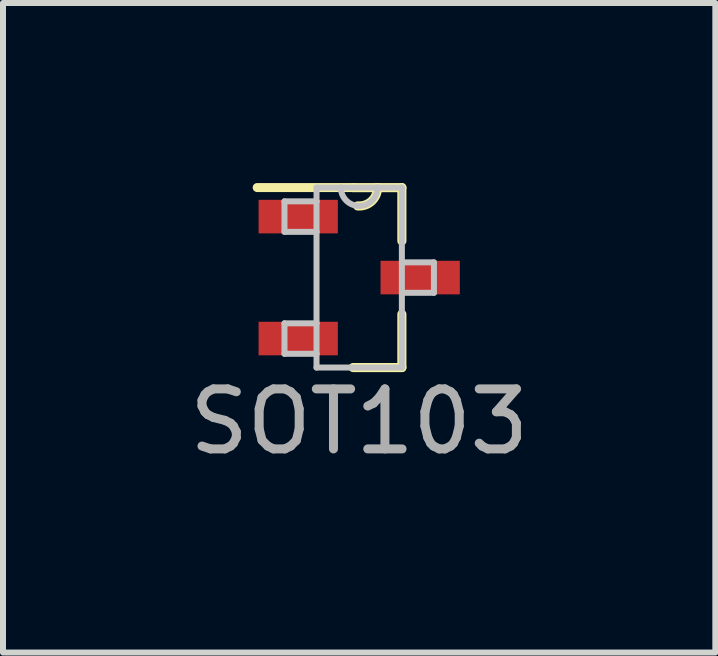
<source format=kicad_pcb>
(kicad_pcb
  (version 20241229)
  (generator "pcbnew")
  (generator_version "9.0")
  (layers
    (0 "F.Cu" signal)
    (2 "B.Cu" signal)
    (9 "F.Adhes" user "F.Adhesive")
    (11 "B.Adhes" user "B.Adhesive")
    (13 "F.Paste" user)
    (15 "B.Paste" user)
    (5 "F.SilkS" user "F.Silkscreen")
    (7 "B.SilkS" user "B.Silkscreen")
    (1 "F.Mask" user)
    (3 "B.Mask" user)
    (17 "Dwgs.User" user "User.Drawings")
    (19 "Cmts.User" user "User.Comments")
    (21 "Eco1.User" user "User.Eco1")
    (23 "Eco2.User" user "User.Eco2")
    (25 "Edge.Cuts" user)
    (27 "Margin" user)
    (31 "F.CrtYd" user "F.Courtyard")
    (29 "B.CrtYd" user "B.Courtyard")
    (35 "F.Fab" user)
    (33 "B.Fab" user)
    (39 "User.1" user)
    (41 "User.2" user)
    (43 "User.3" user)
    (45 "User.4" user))
  (footprint "SOT103"
    (layer "F.Cu")
    (at 2.935 1.575)
    (property "Reference" "SOT103" (at 0 2.4 0) (layer "F.Fab") (effects (font (size 1 1) (thickness 0.15))))
    (attr smd)
    (fp_line (start -0.102 1.499) (end 0.711 1.499) (stroke (width 0.152) (type solid)) (layer "F.SilkS"))
    (fp_line (start -0.1 -1.5) (end -1.7 -1.5) (stroke (width 0.15) (type solid)) (layer "F.SilkS"))
    (fp_line (start 0.305 -1.499) (end -0.102 -1.499) (stroke (width 0.152) (type solid)) (layer "F.SilkS"))
    (fp_line (start 0.711 -1.499) (end 0.305 -1.499) (stroke (width 0.152) (type solid)) (layer "F.SilkS"))
    (fp_line (start 0.711 -0.61) (end 0.711 -1.499) (stroke (width 0.152) (type solid)) (layer "F.SilkS"))
    (fp_line (start 0.711 1.499) (end 0.711 0.61) (stroke (width 0.152) (type solid)) (layer "F.SilkS"))
    (fp_arc (start 0.304804 -1.498604) (mid 0.206761 -1.273555) (end -0.0254 -1.1938) (stroke (width 0.1524) (type solid)) (layer "F.SilkS"))
    (fp_line (start -1.245 -1.27) (end -1.245 -0.762) (stroke (width 0.1) (type solid)) (layer "Dwgs.User"))
    (fp_line (start -1.245 -0.762) (end -0.711 -0.762) (stroke (width 0.1) (type solid)) (layer "Dwgs.User"))
    (fp_line (start -1.245 0.762) (end -1.245 1.27) (stroke (width 0.1) (type solid)) (layer "Dwgs.User"))
    (fp_line (start -1.245 1.27) (end -0.711 1.27) (stroke (width 0.1) (type solid)) (layer "Dwgs.User"))
    (fp_line (start -0.711 -1.499) (end -0.711 -1.27) (stroke (width 0.1) (type solid)) (layer "Dwgs.User"))
    (fp_line (start -0.711 -1.27) (end -1.245 -1.27) (stroke (width 0.1) (type solid)) (layer "Dwgs.User"))
    (fp_line (start -0.711 -1.27) (end -0.711 -0.762) (stroke (width 0.1) (type solid)) (layer "Dwgs.User"))
    (fp_line (start -0.711 -0.762) (end -0.711 0.762) (stroke (width 0.1) (type solid)) (layer "Dwgs.User"))
    (fp_line (start -0.711 0.762) (end -1.245 0.762) (stroke (width 0.1) (type solid)) (layer "Dwgs.User"))
    (fp_line (start -0.711 1.27) (end -0.711 0.762) (stroke (width 0.1) (type solid)) (layer "Dwgs.User"))
    (fp_line (start -0.711 1.499) (end -0.711 1.27) (stroke (width 0.1) (type solid)) (layer "Dwgs.User"))
    (fp_line (start -0.711 1.499) (end 0.711 1.499) (stroke (width 0.1) (type solid)) (layer "Dwgs.User"))
    (fp_line (start -0.305 -1.499) (end -0.711 -1.499) (stroke (width 0.1) (type solid)) (layer "Dwgs.User"))
    (fp_line (start 0.305 -1.499) (end -0.305 -1.499) (stroke (width 0.1) (type solid)) (layer "Dwgs.User"))
    (fp_line (start 0.711 -1.499) (end 0.305 -1.499) (stroke (width 0.1) (type solid)) (layer "Dwgs.User"))
    (fp_line (start 0.711 -0.254) (end 0.711 -1.499) (stroke (width 0.1) (type solid)) (layer "Dwgs.User"))
    (fp_line (start 0.711 0.254) (end 0.711 -0.254) (stroke (width 0.1) (type solid)) (layer "Dwgs.User"))
    (fp_line (start 0.711 0.254) (end 1.245 0.254) (stroke (width 0.1) (type solid)) (layer "Dwgs.User"))
    (fp_line (start 0.711 1.499) (end 0.711 0.254) (stroke (width 0.1) (type solid)) (layer "Dwgs.User"))
    (fp_line (start 1.245 -0.254) (end 0.711 -0.254) (stroke (width 0.1) (type solid)) (layer "Dwgs.User"))
    (fp_line (start 1.245 0.254) (end 1.245 -0.254) (stroke (width 0.1) (type solid)) (layer "Dwgs.User"))
    (fp_arc (start 0.3048 -1.4986) (mid 0 -1.1938) (end -0.3048 -1.4986) (stroke (width 0.1) (type solid)) (layer "Dwgs.User"))
    (pad "1" smd rect (at -1.016 -1.016) (size 1.321 0.559) (layers "F.Cu" "F.Mask" "F.Paste"))
    (pad "2" smd rect (at -1.016 1.016) (size 1.321 0.559) (layers "F.Cu" "F.Mask" "F.Paste"))
    (pad "3" smd rect (at 1.016 0) (size 1.321 0.559) (layers "F.Cu" "F.Mask" "F.Paste")))
  (gr_rect
    (start -3 -3)
    (end 8.869 7.823)
    (stroke (width 0.1) (type default))
    (fill no)
    (layer "Edge.Cuts")))
</source>
